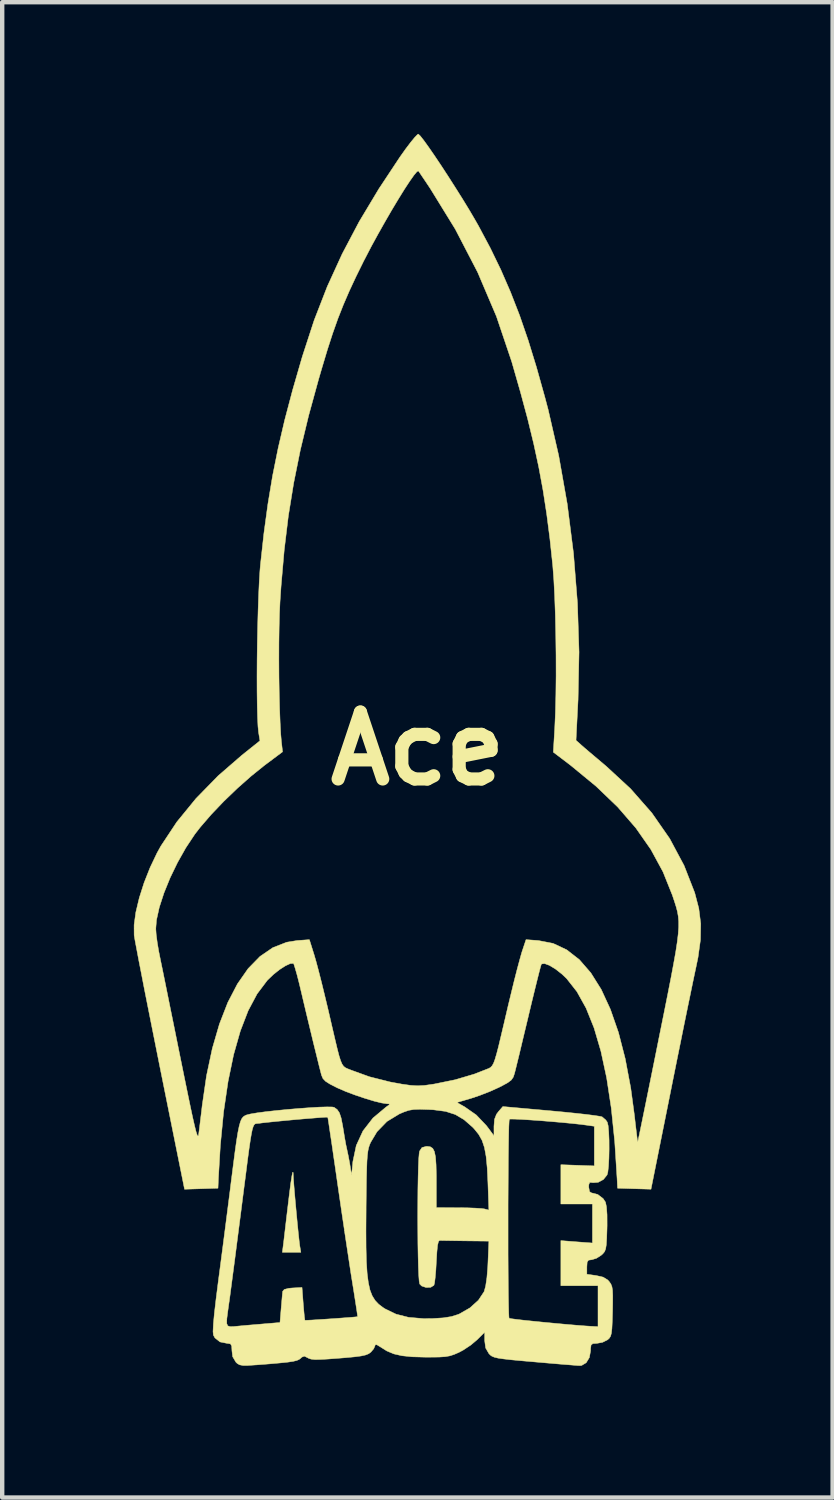
<source format=kicad_pcb>
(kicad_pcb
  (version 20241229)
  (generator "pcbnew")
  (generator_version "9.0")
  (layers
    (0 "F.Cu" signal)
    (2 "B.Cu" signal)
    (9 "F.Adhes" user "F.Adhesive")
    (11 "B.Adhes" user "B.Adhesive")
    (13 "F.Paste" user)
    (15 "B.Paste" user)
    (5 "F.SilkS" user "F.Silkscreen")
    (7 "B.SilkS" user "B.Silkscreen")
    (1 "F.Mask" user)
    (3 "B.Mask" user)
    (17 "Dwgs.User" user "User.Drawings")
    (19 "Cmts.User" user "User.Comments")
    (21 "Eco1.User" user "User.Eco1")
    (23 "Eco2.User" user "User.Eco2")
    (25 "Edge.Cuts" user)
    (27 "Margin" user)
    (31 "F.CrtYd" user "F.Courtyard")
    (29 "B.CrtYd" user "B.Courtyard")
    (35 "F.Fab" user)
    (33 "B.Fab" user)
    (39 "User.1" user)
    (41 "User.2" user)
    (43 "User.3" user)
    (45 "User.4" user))
  (footprint "Ace"
    (layer "F.Cu")
    (at 6.467 14.006)
    (property "Reference" "Ace" (at 0 0 0) (layer "F.SilkS") (effects (font (size 1.524 1.524) (thickness 0.3))))
    (attr through_hole)
    (fp_poly (pts (xy -2.839 9.654) (xy -2.836 9.722) (xy -2.832 9.802) (xy -2.821 9.948) (xy -2.805 10.142) (xy -2.785 10.367) (xy -2.763 10.604) (xy -2.741 10.836) (xy -2.72 11.044) (xy -2.702 11.211) (xy -2.689 11.319) (xy -2.686 11.335) (xy -2.663 11.472) (xy -3.085 11.472) (xy -3.067 11.335) (xy -3.056 11.249) (xy -3.038 11.095) (xy -3.014 10.89) (xy -2.986 10.652) (xy -2.96 10.435) (xy -2.922 10.119) (xy -2.891 9.882) (xy -2.866 9.724) (xy -2.849 9.648) (xy -2.839 9.654)) (stroke (width 0.01) (type solid)) (fill yes) (layer "F.SilkS"))
    (fp_poly (pts (xy 0.058 -13.958) (xy 0.14 -13.854) (xy 0.252 -13.698) (xy 0.387 -13.502) (xy 0.539 -13.275) (xy 0.7 -13.028) (xy 0.864 -12.771) (xy 1.025 -12.515) (xy 1.174 -12.271) (xy 1.305 -12.048) (xy 1.384 -11.909) (xy 1.652 -11.406) (xy 1.893 -10.909) (xy 2.113 -10.403) (xy 2.319 -9.874) (xy 2.514 -9.308) (xy 2.704 -8.691) (xy 2.895 -8.009) (xy 2.97 -7.726) (xy 3.211 -6.676) (xy 3.405 -5.577) (xy 3.548 -4.45) (xy 3.638 -3.318) (xy 3.674 -2.201) (xy 3.652 -1.122) (xy 3.651 -1.101) (xy 3.605 -0.191) (xy 3.723 -0.085) (xy 3.8 -0.018) (xy 3.925 0.089) (xy 4.083 0.222) (xy 4.257 0.369) (xy 4.288 0.395) (xy 4.848 0.912) (xy 5.332 1.463) (xy 5.739 2.048) (xy 6.068 2.664) (xy 6.309 3.281) (xy 6.402 3.636) (xy 6.446 3.986) (xy 6.44 4.353) (xy 6.384 4.757) (xy 6.339 4.974) (xy 6.311 5.105) (xy 6.268 5.309) (xy 6.213 5.577) (xy 6.146 5.9) (xy 6.071 6.266) (xy 5.99 6.668) (xy 5.903 7.095) (xy 5.814 7.537) (xy 5.774 7.738) (xy 5.313 10.035) (xy 4.932 10.024) (xy 4.551 10.012) (xy 4.541 9.8) (xy 4.487 8.953) (xy 4.408 8.186) (xy 4.303 7.499) (xy 4.172 6.891) (xy 4.016 6.361) (xy 3.834 5.909) (xy 3.626 5.535) (xy 3.392 5.237) (xy 3.286 5.136) (xy 3.137 5.019) (xy 3 4.936) (xy 2.889 4.895) (xy 2.822 4.903) (xy 2.815 4.911) (xy 2.799 4.961) (xy 2.767 5.082) (xy 2.721 5.264) (xy 2.664 5.495) (xy 2.598 5.765) (xy 2.527 6.062) (xy 2.521 6.089) (xy 2.447 6.396) (xy 2.378 6.684) (xy 2.317 6.941) (xy 2.265 7.153) (xy 2.227 7.308) (xy 2.205 7.394) (xy 2.205 7.395) (xy 2.176 7.482) (xy 2.131 7.547) (xy 2.052 7.607) (xy 1.921 7.679) (xy 1.848 7.716) (xy 1.644 7.808) (xy 1.413 7.898) (xy 1.214 7.965) (xy 0.892 8.059) (xy 1.07 8.16) (xy 1.333 8.344) (xy 1.562 8.585) (xy 1.614 8.653) (xy 1.736 8.818) (xy 1.736 8.602) (xy 1.748 8.443) (xy 1.793 8.328) (xy 1.837 8.269) (xy 1.938 8.152) (xy 3.033 8.25) (xy 3.331 8.278) (xy 3.605 8.306) (xy 3.841 8.332) (xy 4.027 8.356) (xy 4.152 8.375) (xy 4.2 8.387) (xy 4.282 8.457) (xy 4.317 8.507) (xy 4.337 8.588) (xy 4.35 8.732) (xy 4.358 8.917) (xy 4.359 9.122) (xy 4.355 9.327) (xy 4.345 9.508) (xy 4.33 9.646) (xy 4.313 9.709) (xy 4.23 9.813) (xy 4.11 9.878) (xy 3.987 9.887) (xy 3.974 9.883) (xy 3.918 9.88) (xy 3.897 9.93) (xy 3.895 9.988) (xy 3.913 10.09) (xy 3.956 10.118) (xy 4.099 10.154) (xy 4.222 10.248) (xy 4.277 10.331) (xy 4.299 10.439) (xy 4.312 10.618) (xy 4.313 10.858) (xy 4.311 10.944) (xy 4.304 11.155) (xy 4.295 11.3) (xy 4.28 11.395) (xy 4.256 11.457) (xy 4.218 11.504) (xy 4.178 11.54) (xy 4.07 11.609) (xy 3.965 11.641) (xy 3.956 11.642) (xy 3.888 11.652) (xy 3.859 11.697) (xy 3.852 11.803) (xy 3.852 11.807) (xy 3.852 11.972) (xy 4.064 12.002) (xy 4.223 12.038) (xy 4.329 12.104) (xy 4.363 12.142) (xy 4.399 12.194) (xy 4.423 12.254) (xy 4.437 12.337) (xy 4.442 12.46) (xy 4.441 12.64) (xy 4.438 12.819) (xy 4.431 13.049) (xy 4.423 13.21) (xy 4.411 13.316) (xy 4.392 13.385) (xy 4.363 13.43) (xy 4.324 13.466) (xy 4.21 13.523) (xy 4.08 13.547) (xy 3.989 13.552) (xy 3.948 13.585) (xy 3.937 13.669) (xy 3.937 13.716) (xy 3.909 13.87) (xy 3.837 13.988) (xy 3.733 14.05) (xy 3.694 14.054) (xy 3.631 14.051) (xy 3.498 14.04) (xy 3.306 14.025) (xy 3.07 14.005) (xy 2.802 13.982) (xy 2.667 13.97) (xy 2.359 13.943) (xy 2.125 13.921) (xy 1.952 13.901) (xy 1.829 13.883) (xy 1.746 13.863) (xy 1.69 13.84) (xy 1.651 13.812) (xy 1.619 13.778) (xy 1.546 13.651) (xy 1.524 13.483) (xy 1.524 13.481) (xy 1.524 13.293) (xy 1.35 13.466) (xy 1.209 13.585) (xy 1.037 13.699) (xy 0.938 13.752) (xy 0.83 13.799) (xy 0.733 13.831) (xy 0.625 13.85) (xy 0.486 13.859) (xy 0.293 13.861) (xy 0.169 13.861) (xy -0.127 13.853) (xy -0.359 13.829) (xy -0.544 13.787) (xy -0.703 13.721) (xy -0.849 13.629) (xy -0.935 13.577) (xy -0.97 13.581) (xy -0.974 13.6) (xy -1.003 13.669) (xy -1.069 13.747) (xy -1.118 13.783) (xy -1.187 13.811) (xy -1.289 13.834) (xy -1.44 13.854) (xy -1.654 13.874) (xy -1.79 13.885) (xy -2.042 13.904) (xy -2.222 13.914) (xy -2.348 13.915) (xy -2.431 13.906) (xy -2.487 13.887) (xy -2.507 13.876) (xy -2.583 13.838) (xy -2.641 13.861) (xy -2.668 13.887) (xy -2.704 13.914) (xy -2.757 13.937) (xy -2.84 13.957) (xy -2.962 13.975) (xy -3.136 13.993) (xy -3.372 14.014) (xy -3.681 14.038) (xy -3.688 14.038) (xy -3.868 14.05) (xy -3.984 14.05) (xy -4.058 14.036) (xy -4.112 14.005) (xy -4.143 13.975) (xy -4.217 13.85) (xy -4.233 13.716) (xy -4.239 13.607) (xy -4.266 13.559) (xy -4.33 13.547) (xy -4.342 13.547) (xy -4.505 13.514) (xy -4.621 13.422) (xy -4.656 13.358) (xy -4.664 13.278) (xy -4.656 13.115) (xy -4.655 13.097) (xy -4.351 13.097) (xy -4.328 13.148) (xy -4.275 13.166) (xy -4.189 13.163) (xy -4.075 13.152) (xy -3.878 13.134) (xy -3.65 13.115) (xy -3.464 13.099) (xy -3.139 13.072) (xy -3.112 12.748) (xy -3.098 12.584) (xy -3.086 12.448) (xy -3.078 12.367) (xy -3.077 12.361) (xy -3.04 12.318) (xy -2.935 12.292) (xy -2.853 12.285) (xy -2.637 12.273) (xy -2.609 12.642) (xy -2.595 12.809) (xy -2.583 12.938) (xy -2.573 13.012) (xy -2.571 13.021) (xy -2.529 13.021) (xy -2.42 13.016) (xy -2.265 13.006) (xy -2.08 12.994) (xy -1.885 12.981) (xy -1.698 12.967) (xy -1.538 12.955) (xy -1.423 12.945) (xy -1.371 12.939) (xy -1.37 12.938) (xy -1.375 12.897) (xy -1.391 12.785) (xy -1.417 12.617) (xy -1.45 12.406) (xy -1.484 12.194) (xy -1.52 11.971) (xy -1.564 11.68) (xy -1.616 11.338) (xy -1.671 10.974) (xy -1.18 10.974) (xy -1.178 11.365) (xy -1.17 11.689) (xy -1.153 11.952) (xy -1.126 12.163) (xy -1.089 12.331) (xy -1.038 12.463) (xy -0.972 12.569) (xy -0.891 12.655) (xy -0.792 12.73) (xy -0.744 12.761) (xy -0.496 12.881) (xy -0.209 12.954) (xy 0.133 12.983) (xy 0.339 12.981) (xy 0.58 12.966) (xy 0.764 12.937) (xy 0.917 12.889) (xy 0.953 12.874) (xy 1.189 12.738) (xy 1.381 12.565) (xy 1.509 12.372) (xy 1.514 12.361) (xy 1.547 12.239) (xy 1.575 12.048) (xy 1.595 11.803) (xy 1.599 11.716) (xy 1.62 11.218) (xy 1.085 11.212) (xy 0.878 11.209) (xy 0.699 11.206) (xy 0.567 11.204) (xy 0.5 11.202) (xy 0.497 11.201) (xy 0.472 11.226) (xy 0.451 11.312) (xy 0.436 11.465) (xy 0.423 11.684) (xy 0.412 11.882) (xy 0.397 12.051) (xy 0.382 12.172) (xy 0.368 12.224) (xy 0.295 12.27) (xy 0.189 12.274) (xy 0.089 12.24) (xy 0.044 12.195) (xy 0.032 12.131) (xy 0.022 11.995) (xy 0.014 11.799) (xy 0.008 11.555) (xy 0.003 11.275) (xy 0.001 10.971) (xy -0.000012 10.763) (xy 2.057 10.763) (xy 2.057 11.142) (xy 2.057 11.51) (xy 2.059 11.857) (xy 2.061 12.174) (xy 2.064 12.451) (xy 2.068 12.68) (xy 2.072 12.849) (xy 2.077 12.95) (xy 2.082 12.975) (xy 2.128 12.985) (xy 2.244 13) (xy 2.416 13.02) (xy 2.629 13.042) (xy 2.869 13.066) (xy 3.121 13.09) (xy 3.371 13.113) (xy 3.605 13.133) (xy 3.808 13.149) (xy 3.966 13.159) (xy 3.99 13.16) (xy 4.106 13.166) (xy 4.106 12.234) (xy 3.26 12.234) (xy 3.26 11.206) (xy 3.619 11.234) (xy 3.979 11.261) (xy 3.979 10.372) (xy 3.26 10.372) (xy 3.26 9.477) (xy 4.022 9.504) (xy 4.022 9.052) (xy 4.022 8.601) (xy 3.863 8.578) (xy 3.712 8.558) (xy 3.515 8.537) (xy 3.287 8.515) (xy 3.044 8.494) (xy 2.8 8.474) (xy 2.57 8.458) (xy 2.368 8.445) (xy 2.211 8.438) (xy 2.113 8.437) (xy 2.086 8.44) (xy 2.081 8.487) (xy 2.075 8.609) (xy 2.071 8.797) (xy 2.067 9.041) (xy 2.063 9.33) (xy 2.061 9.657) (xy 2.059 10.011) (xy 2.057 10.383) (xy 2.057 10.763) (xy -0.000012 10.763) (xy -0.000331 10.656) (xy 0.001 10.342) (xy 0.003 10.041) (xy 0.008 9.766) (xy 0.014 9.528) (xy 0.022 9.34) (xy 0.033 9.214) (xy 0.041 9.168) (xy 0.096 9.086) (xy 0.191 9.06) (xy 0.212 9.059) (xy 0.286 9.069) (xy 0.341 9.105) (xy 0.379 9.178) (xy 0.404 9.299) (xy 0.417 9.479) (xy 0.423 9.727) (xy 0.423 9.866) (xy 0.423 10.456) (xy 0.921 10.457) (xy 1.127 10.459) (xy 1.311 10.466) (xy 1.45 10.475) (xy 1.519 10.484) (xy 1.62 10.511) (xy 1.598 9.881) (xy 1.582 9.55) (xy 1.557 9.29) (xy 1.519 9.085) (xy 1.464 8.921) (xy 1.387 8.785) (xy 1.286 8.66) (xy 1.249 8.621) (xy 1.054 8.451) (xy 0.857 8.334) (xy 0.633 8.262) (xy 0.359 8.226) (xy 0.249 8.22) (xy 0.05 8.214) (xy -0.092 8.219) (xy -0.205 8.238) (xy -0.318 8.277) (xy -0.419 8.32) (xy -0.702 8.492) (xy -0.929 8.726) (xy -1.074 8.969) (xy -1.099 9.028) (xy -1.119 9.09) (xy -1.135 9.165) (xy -1.147 9.263) (xy -1.157 9.394) (xy -1.163 9.568) (xy -1.169 9.795) (xy -1.173 10.086) (xy -1.177 10.45) (xy -1.177 10.506) (xy -1.18 10.974) (xy -1.671 10.974) (xy -1.672 10.962) (xy -1.731 10.567) (xy -1.789 10.17) (xy -1.824 9.929) (xy -1.874 9.58) (xy -1.921 9.259) (xy -1.962 8.975) (xy -1.998 8.737) (xy -2.025 8.554) (xy -2.043 8.437) (xy -2.051 8.394) (xy -2.051 8.394) (xy -2.093 8.394) (xy -2.204 8.401) (xy -2.366 8.414) (xy -2.565 8.43) (xy -2.784 8.449) (xy -3.007 8.47) (xy -3.217 8.49) (xy -3.4 8.509) (xy -3.539 8.524) (xy -3.605 8.533) (xy -3.644 8.537) (xy -3.676 8.539) (xy -3.703 8.546) (xy -3.727 8.566) (xy -3.748 8.606) (xy -3.769 8.673) (xy -3.79 8.774) (xy -3.814 8.916) (xy -3.842 9.106) (xy -3.875 9.351) (xy -3.914 9.659) (xy -3.963 10.036) (xy -4.021 10.491) (xy -4.022 10.499) (xy -4.072 10.886) (xy -4.121 11.265) (xy -4.167 11.623) (xy -4.21 11.948) (xy -4.247 12.228) (xy -4.276 12.449) (xy -4.297 12.6) (xy -4.299 12.612) (xy -4.331 12.841) (xy -4.351 12.998) (xy -4.351 13.097) (xy -4.655 13.097) (xy -4.634 12.87) (xy -4.596 12.543) (xy -4.548 12.165) (xy -4.5 11.8) (xy -4.445 11.379) (xy -4.387 10.931) (xy -4.33 10.486) (xy -4.277 10.072) (xy -4.254 9.885) (xy -4.204 9.493) (xy -4.163 9.177) (xy -4.128 8.928) (xy -4.097 8.738) (xy -4.068 8.597) (xy -4.04 8.497) (xy -4.011 8.431) (xy -3.978 8.388) (xy -3.939 8.361) (xy -3.905 8.345) (xy -3.815 8.322) (xy -3.661 8.296) (xy -3.458 8.269) (xy -3.221 8.243) (xy -2.966 8.218) (xy -2.708 8.196) (xy -2.462 8.178) (xy -2.243 8.165) (xy -2.066 8.16) (xy -1.947 8.162) (xy -1.905 8.17) (xy -1.836 8.22) (xy -1.785 8.295) (xy -1.746 8.412) (xy -1.711 8.588) (xy -1.696 8.678) (xy -1.667 8.857) (xy -1.637 9.023) (xy -1.611 9.142) (xy -1.611 9.144) (xy -1.582 9.279) (xy -1.551 9.443) (xy -1.541 9.504) (xy -1.508 9.716) (xy -1.478 9.405) (xy -1.401 9.039) (xy -1.248 8.707) (xy -1.021 8.414) (xy -0.723 8.164) (xy -0.72 8.162) (xy -0.65 8.112) (xy -0.649 8.092) (xy -0.704 8.088) (xy -0.824 8.07) (xy -0.999 8.027) (xy -1.209 7.963) (xy -1.431 7.888) (xy -1.644 7.808) (xy -1.826 7.729) (xy -1.847 7.719) (xy -2.005 7.638) (xy -2.103 7.575) (xy -2.16 7.514) (xy -2.192 7.439) (xy -2.199 7.414) (xy -2.245 7.235) (xy -2.305 6.991) (xy -2.377 6.7) (xy -2.454 6.38) (xy -2.534 6.048) (xy -2.611 5.723) (xy -2.645 5.578) (xy -2.699 5.352) (xy -2.749 5.156) (xy -2.792 5.005) (xy -2.821 4.913) (xy -2.833 4.892) (xy -2.902 4.894) (xy -3.013 4.945) (xy -3.149 5.032) (xy -3.292 5.146) (xy -3.424 5.273) (xy -3.431 5.281) (xy -3.66 5.585) (xy -3.864 5.969) (xy -4.042 6.431) (xy -4.195 6.969) (xy -4.322 7.583) (xy -4.423 8.271) (xy -4.497 9.032) (xy -4.541 9.779) (xy -4.551 10.012) (xy -5.313 10.036) (xy -5.874 7.251) (xy -5.97 6.771) (xy -6.062 6.311) (xy -6.148 5.879) (xy -6.227 5.481) (xy -6.296 5.125) (xy -6.356 4.819) (xy -6.403 4.57) (xy -6.438 4.385) (xy -6.457 4.273) (xy -6.461 4.249) (xy -6.462 4.1) (xy -5.968 4.1) (xy -5.959 4.231) (xy -5.935 4.413) (xy -5.901 4.615) (xy -5.884 4.699) (xy -5.859 4.824) (xy -5.818 5.022) (xy -5.765 5.282) (xy -5.702 5.593) (xy -5.631 5.945) (xy -5.553 6.327) (xy -5.472 6.729) (xy -5.409 7.04) (xy -5.317 7.492) (xy -5.24 7.867) (xy -5.177 8.171) (xy -5.126 8.409) (xy -5.085 8.587) (xy -5.054 8.712) (xy -5.03 8.788) (xy -5.013 8.823) (xy -5 8.822) (xy -4.992 8.79) (xy -4.99 8.776) (xy -4.973 8.645) (xy -4.951 8.46) (xy -4.925 8.25) (xy -4.911 8.128) (xy -4.812 7.447) (xy -4.68 6.827) (xy -4.518 6.271) (xy -4.328 5.782) (xy -4.109 5.36) (xy -3.865 5.01) (xy -3.595 4.733) (xy -3.302 4.532) (xy -2.987 4.409) (xy -2.748 4.37) (xy -2.469 4.35) (xy -2.358 4.704) (xy -2.315 4.853) (xy -2.258 5.067) (xy -2.192 5.326) (xy -2.122 5.613) (xy -2.051 5.909) (xy -2.032 5.99) (xy -1.951 6.341) (xy -1.886 6.619) (xy -1.835 6.833) (xy -1.794 6.992) (xy -1.758 7.106) (xy -1.725 7.183) (xy -1.691 7.233) (xy -1.652 7.265) (xy -1.605 7.288) (xy -1.546 7.311) (xy -1.513 7.324) (xy -1.102 7.473) (xy -0.63 7.592) (xy -0.37 7.64) (xy -0.166 7.669) (xy -0.003 7.679) (xy 0.16 7.67) (xy 0.362 7.641) (xy 0.37 7.64) (xy 0.854 7.541) (xy 1.289 7.412) (xy 1.509 7.326) (xy 1.57 7.302) (xy 1.619 7.283) (xy 1.659 7.26) (xy 1.693 7.224) (xy 1.726 7.167) (xy 1.758 7.081) (xy 1.795 6.956) (xy 1.84 6.784) (xy 1.894 6.557) (xy 1.963 6.266) (xy 2.048 5.902) (xy 2.057 5.863) (xy 2.128 5.57) (xy 2.197 5.287) (xy 2.262 5.032) (xy 2.319 4.82) (xy 2.362 4.666) (xy 2.376 4.62) (xy 2.466 4.35) (xy 2.746 4.37) (xy 3.082 4.435) (xy 3.393 4.581) (xy 3.681 4.805) (xy 3.943 5.107) (xy 4.18 5.485) (xy 4.389 5.938) (xy 4.572 6.464) (xy 4.726 7.062) (xy 4.852 7.731) (xy 4.934 8.34) (xy 4.959 8.557) (xy 4.981 8.741) (xy 4.998 8.878) (xy 5.008 8.952) (xy 5.01 8.961) (xy 5.02 8.922) (xy 5.044 8.807) (xy 5.082 8.624) (xy 5.132 8.38) (xy 5.193 8.082) (xy 5.263 7.737) (xy 5.341 7.353) (xy 5.425 6.937) (xy 5.498 6.573) (xy 5.604 6.048) (xy 5.694 5.598) (xy 5.769 5.216) (xy 5.829 4.895) (xy 5.877 4.627) (xy 5.911 4.404) (xy 5.933 4.22) (xy 5.944 4.066) (xy 5.944 3.934) (xy 5.934 3.819) (xy 5.915 3.711) (xy 5.887 3.604) (xy 5.851 3.49) (xy 5.808 3.361) (xy 5.8 3.337) (xy 5.587 2.806) (xy 5.311 2.297) (xy 4.968 1.806) (xy 4.553 1.327) (xy 4.062 0.856) (xy 3.491 0.386) (xy 3.438 0.345) (xy 3.088 0.079) (xy 3.121 -0.479) (xy 3.136 -0.823) (xy 3.146 -1.224) (xy 3.151 -1.663) (xy 3.15 -2.125) (xy 3.144 -2.59) (xy 3.134 -3.043) (xy 3.119 -3.465) (xy 3.1 -3.838) (xy 3.077 -4.147) (xy 3.075 -4.171) (xy 3.01 -4.781) (xy 2.937 -5.347) (xy 2.854 -5.886) (xy 2.756 -6.416) (xy 2.64 -6.953) (xy 2.503 -7.516) (xy 2.34 -8.121) (xy 2.149 -8.787) (xy 2.14 -8.818) (xy 1.792 -9.849) (xy 1.364 -10.854) (xy 0.855 -11.835) (xy 0.283 -12.764) (xy 0.179 -12.92) (xy 0.092 -13.049) (xy 0.034 -13.135) (xy 0.014 -13.163) (xy -0.02 -13.145) (xy -0.089 -13.062) (xy -0.187 -12.923) (xy -0.308 -12.738) (xy -0.446 -12.515) (xy -0.596 -12.265) (xy -0.752 -11.995) (xy -0.909 -11.716) (xy -1.061 -11.438) (xy -1.201 -11.168) (xy -1.23 -11.113) (xy -1.408 -10.752) (xy -1.561 -10.424) (xy -1.696 -10.111) (xy -1.82 -9.796) (xy -1.939 -9.46) (xy -2.06 -9.086) (xy -2.189 -8.656) (xy -2.259 -8.416) (xy -2.486 -7.589) (xy -2.674 -6.81) (xy -2.826 -6.056) (xy -2.948 -5.303) (xy -3.042 -4.527) (xy -3.114 -3.703) (xy -3.138 -3.347) (xy -3.15 -3.083) (xy -3.158 -2.766) (xy -3.163 -2.409) (xy -3.164 -2.029) (xy -3.162 -1.641) (xy -3.156 -1.262) (xy -3.147 -0.907) (xy -3.135 -0.591) (xy -3.121 -0.331) (xy -3.107 -0.166) (xy -3.08 0.071) (xy -3.498 0.384) (xy -3.797 0.625) (xy -4.111 0.903) (xy -4.421 1.201) (xy -4.708 1.502) (xy -4.953 1.786) (xy -5.078 1.947) (xy -5.283 2.256) (xy -5.473 2.593) (xy -5.642 2.942) (xy -5.782 3.287) (xy -5.888 3.613) (xy -5.952 3.902) (xy -5.968 4.1) (xy -6.462 4.1) (xy -6.462 4.012) (xy -6.422 3.723) (xy -6.344 3.397) (xy -6.234 3.052) (xy -6.097 2.706) (xy -5.939 2.374) (xy -5.852 2.217) (xy -5.489 1.669) (xy -5.05 1.132) (xy -4.545 0.615) (xy -4.009 0.15) (xy -3.595 -0.181) (xy -3.627 -0.376) (xy -3.64 -0.51) (xy -3.65 -0.717) (xy -3.657 -0.983) (xy -3.661 -1.297) (xy -3.662 -1.647) (xy -3.66 -2.02) (xy -3.655 -2.405) (xy -3.647 -2.788) (xy -3.637 -3.157) (xy -3.625 -3.501) (xy -3.611 -3.808) (xy -3.595 -4.064) (xy -3.584 -4.191) (xy -3.505 -4.907) (xy -3.414 -5.575) (xy -3.308 -6.214) (xy -3.181 -6.845) (xy -3.031 -7.489) (xy -2.852 -8.167) (xy -2.64 -8.899) (xy -2.624 -8.952) (xy -2.36 -9.761) (xy -2.062 -10.528) (xy -1.722 -11.272) (xy -1.334 -12.008) (xy -0.887 -12.753) (xy -0.409 -13.475) (xy -0.278 -13.66) (xy -0.16 -13.816) (xy -0.066 -13.93) (xy -0.004 -13.993) (xy 0.013 -14.001) (xy 0.058 -13.958)) (stroke (width 0.01) (type solid)) (fill yes) (layer "F.SilkS")))
  (gr_rect
    (start -3 -3)
    (end 15.918 31.065)
    (stroke (width 0.1) (type default))
    (fill no)
    (layer "Edge.Cuts")))
</source>
